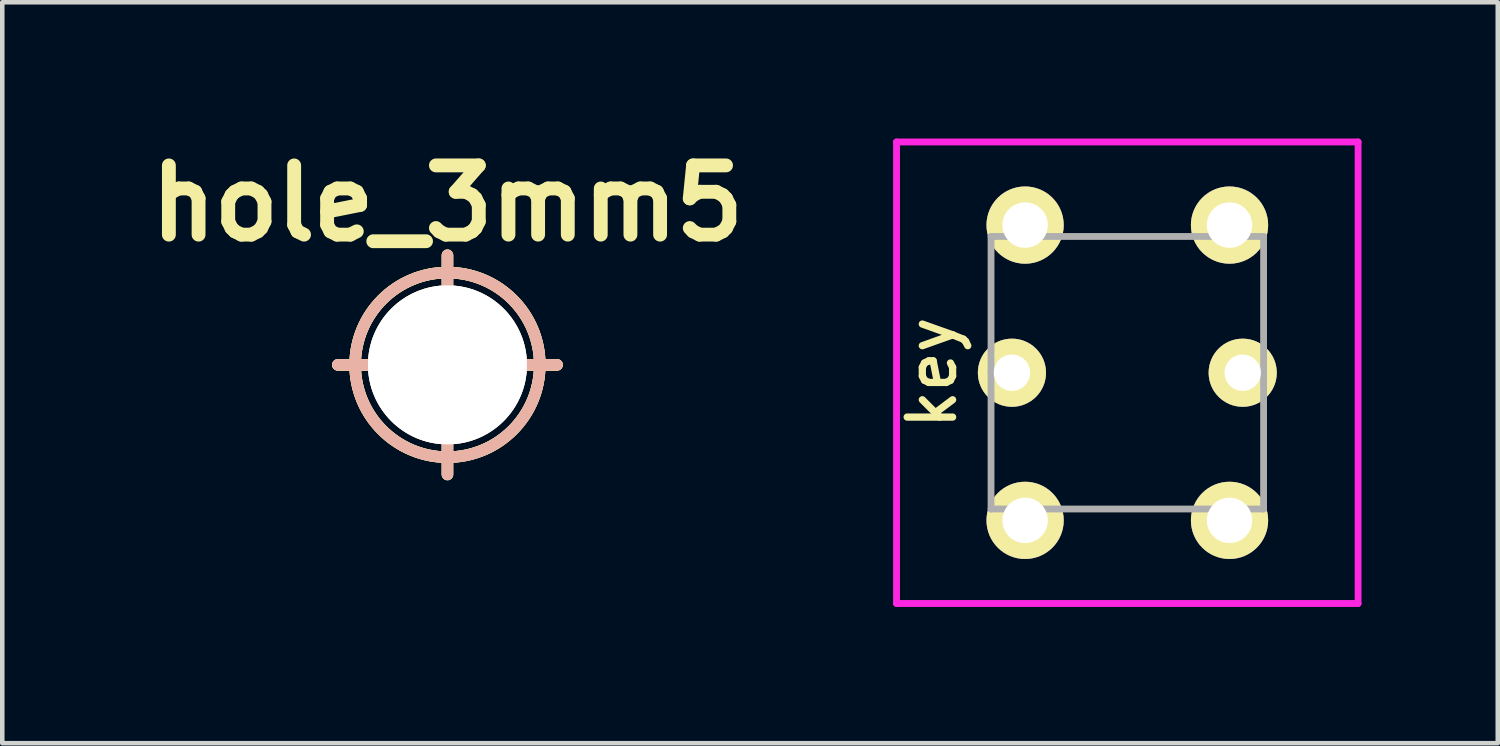
<source format=kicad_pcb>
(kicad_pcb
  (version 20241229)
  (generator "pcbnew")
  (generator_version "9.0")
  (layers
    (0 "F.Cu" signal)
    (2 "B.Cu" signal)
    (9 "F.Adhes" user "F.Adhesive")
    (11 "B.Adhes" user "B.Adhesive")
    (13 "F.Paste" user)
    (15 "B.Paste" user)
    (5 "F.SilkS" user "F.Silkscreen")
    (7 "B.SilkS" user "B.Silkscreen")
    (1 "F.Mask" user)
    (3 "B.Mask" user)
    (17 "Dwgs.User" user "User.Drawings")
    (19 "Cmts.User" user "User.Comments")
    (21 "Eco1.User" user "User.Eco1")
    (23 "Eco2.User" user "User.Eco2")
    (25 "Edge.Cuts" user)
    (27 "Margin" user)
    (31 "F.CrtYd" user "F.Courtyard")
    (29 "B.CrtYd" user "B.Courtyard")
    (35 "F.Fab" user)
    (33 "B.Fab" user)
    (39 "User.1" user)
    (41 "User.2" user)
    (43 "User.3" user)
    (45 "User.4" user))
  (footprint "hole_3mm5"
    (layer "F.Cu")
    (at 6.8 4.982)
    (property "Reference" "hole_3mm5" (at 0 -3.556 0) (layer "F.SilkS") (effects (font (size 1.524 1.524) (thickness 0.305))))
    (attr through_hole)
    (fp_line (start -2.413 0) (end 2.413 0) (stroke (width 0.254) (type solid)) (layer "F.SilkS"))
    (fp_line (start -2.413 0) (end 2.413 0) (stroke (width 0.254) (type solid)) (layer "F.SilkS"))
    (fp_line (start 0 -2.413) (end 0 2.413) (stroke (width 0.254) (type solid)) (layer "F.SilkS"))
    (fp_line (start 0 -2.413) (end 0 2.413) (stroke (width 0.254) (type solid)) (layer "F.SilkS"))
    (fp_circle (center 0 0) (end 2.032 0) (stroke (width 0.254) (type solid)) (fill no) (layer "F.SilkS"))
    (fp_circle (center 0 0) (end 2.032 0) (stroke (width 0.254) (type solid)) (fill no) (layer "F.SilkS"))
    (fp_line (start -2.413 0) (end 2.413 0) (stroke (width 0.254) (type solid)) (layer "B.SilkS"))
    (fp_line (start 0 -2.413) (end 0 2.413) (stroke (width 0.254) (type solid)) (layer "B.SilkS"))
    (fp_circle (center 0 0) (end 2.032 0) (stroke (width 0.254) (type solid)) (fill no) (layer "B.SilkS"))
    (pad "1" thru_hole circle (at 0 0) (size 3.5 3.5) (drill 3.5) (layers "*.Cu" "F.SilkS")))
  (footprint "key"
    (layer "F.Cu")
    (at 21.766 5.155)
    (property "Reference" "key" (at -4.3 0 90) (layer "F.SilkS") (effects (font (size 1 1) (thickness 0.16))))
    (attr through_hole)
    (fp_line (start -5.08 -5.08) (end -5.08 5.08) (stroke (width 0.15) (type solid)) (layer "F.CrtYd"))
    (fp_line (start -5.08 5.08) (end 5.08 5.08) (stroke (width 0.15) (type solid)) (layer "F.CrtYd"))
    (fp_line (start 5.08 -5.08) (end -5.08 -5.08) (stroke (width 0.15) (type solid)) (layer "F.CrtYd"))
    (fp_line (start 5.08 5.08) (end 5.08 -5.08) (stroke (width 0.15) (type solid)) (layer "F.CrtYd"))
    (fp_line (start -3 -3) (end 3 -3) (stroke (width 0.15) (type solid)) (layer "F.Fab"))
    (fp_line (start -3 0) (end -3 -3) (stroke (width 0.15) (type solid)) (layer "F.Fab"))
    (fp_line (start -3 3) (end -3 0) (stroke (width 0.15) (type solid)) (layer "F.Fab"))
    (fp_line (start 3 -3) (end 3 3) (stroke (width 0.15) (type solid)) (layer "F.Fab"))
    (fp_line (start 3 3) (end -3 3) (stroke (width 0.15) (type solid)) (layer "F.Fab"))
    (pad "1" thru_hole circle (at -2.25 -3.25) (size 1.7 1.7) (drill 1) (layers "*.Cu" "*.Mask" "F.SilkS"))
    (pad "2" thru_hole circle (at 2.25 -3.25) (size 1.7 1.7) (drill 1) (layers "*.Cu" "*.Mask" "F.SilkS"))
    (pad "3" thru_hole circle (at -2.25 3.25) (size 1.7 1.7) (drill 1) (layers "*.Cu" "*.Mask" "F.SilkS"))
    (pad "4" thru_hole circle (at 2.25 3.25) (size 1.7 1.7) (drill 1) (layers "*.Cu" "*.Mask" "F.SilkS"))
    (pad "5" thru_hole circle (at -2.54 0) (size 1.5 1.5) (drill 0.8) (layers "*.Cu" "*.Mask" "F.SilkS"))
    (pad "6" thru_hole circle (at 2.54 0) (size 1.5 1.5) (drill 0.8) (layers "*.Cu" "*.Mask" "F.SilkS")))
  (gr_rect
    (start -3 -3)
    (end 29.921 13.31)
    (stroke (width 0.1) (type default))
    (fill no)
    (layer "Edge.Cuts")))
</source>
